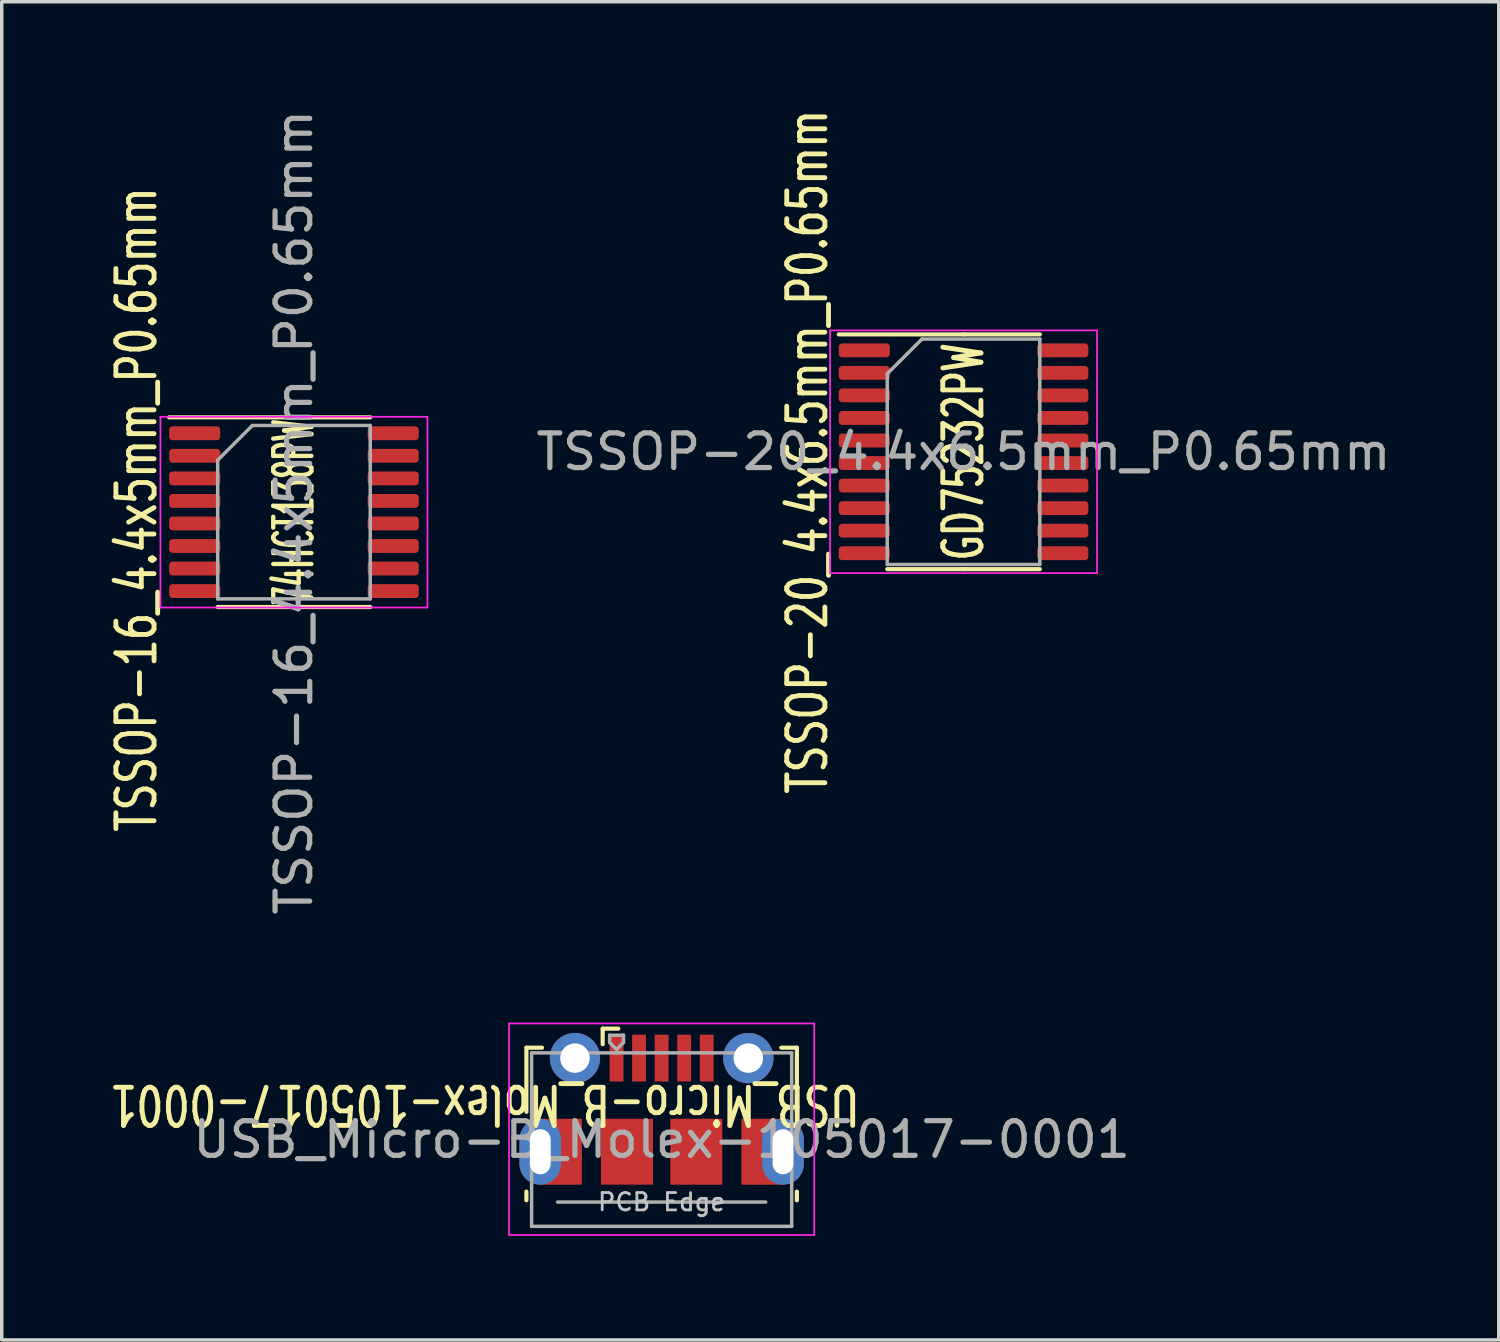
<source format=kicad_pcb>
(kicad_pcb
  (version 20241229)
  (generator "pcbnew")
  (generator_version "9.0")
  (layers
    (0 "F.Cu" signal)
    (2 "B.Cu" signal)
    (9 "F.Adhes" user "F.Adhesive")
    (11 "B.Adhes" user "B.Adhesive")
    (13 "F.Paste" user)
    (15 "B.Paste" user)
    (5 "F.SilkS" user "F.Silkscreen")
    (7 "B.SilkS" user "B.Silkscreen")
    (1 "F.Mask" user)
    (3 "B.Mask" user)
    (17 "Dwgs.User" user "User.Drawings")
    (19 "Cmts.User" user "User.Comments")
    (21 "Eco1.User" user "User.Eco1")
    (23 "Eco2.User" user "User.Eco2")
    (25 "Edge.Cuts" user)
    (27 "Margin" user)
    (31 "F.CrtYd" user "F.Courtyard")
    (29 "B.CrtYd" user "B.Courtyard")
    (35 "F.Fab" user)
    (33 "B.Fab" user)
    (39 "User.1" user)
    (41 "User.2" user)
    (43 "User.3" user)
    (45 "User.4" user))
  (footprint "TSSOP-20_4.4x6.5mm_P0.65mm"
    (layer "F.Cu")
    (at 24.736 9.978)
    (property "Reference" "TSSOP-20_4.4x6.5mm_P0.65mm" (at -4.5 0 90) (unlocked yes) (layer "F.SilkS") (effects (font (size 1.1 0.8) (thickness 0.14))))
    (property "Value" "GD75232PW" (at 0 1.8 180) (layer "F.Fab") (hide yes) (effects (font (size 1 1) (thickness 0.15))))
    (attr smd)
    (fp_line (start 0 -3.385) (end -3.6 -3.385) (stroke (width 0.12) (type solid)) (layer "F.SilkS"))
    (fp_line (start 0 -3.385) (end 2.2 -3.385) (stroke (width 0.12) (type solid)) (layer "F.SilkS"))
    (fp_line (start 0 3.385) (end -2.2 3.385) (stroke (width 0.12) (type solid)) (layer "F.SilkS"))
    (fp_line (start 0 3.385) (end 2.2 3.385) (stroke (width 0.12) (type solid)) (layer "F.SilkS"))
    (fp_line (start -3.85 -3.5) (end -3.85 3.5) (stroke (width 0.05) (type solid)) (layer "F.CrtYd"))
    (fp_line (start -3.85 3.5) (end 3.85 3.5) (stroke (width 0.05) (type solid)) (layer "F.CrtYd"))
    (fp_line (start 3.85 -3.5) (end -3.85 -3.5) (stroke (width 0.05) (type solid)) (layer "F.CrtYd"))
    (fp_line (start 3.85 3.5) (end 3.85 -3.5) (stroke (width 0.05) (type solid)) (layer "F.CrtYd"))
    (fp_line (start -2.2 -2.25) (end -1.2 -3.25) (stroke (width 0.1) (type solid)) (layer "F.Fab"))
    (fp_line (start -2.2 3.25) (end -2.2 -2.25) (stroke (width 0.1) (type solid)) (layer "F.Fab"))
    (fp_line (start -1.2 -3.25) (end 2.2 -3.25) (stroke (width 0.1) (type solid)) (layer "F.Fab"))
    (fp_line (start 2.2 -3.25) (end 2.2 3.25) (stroke (width 0.1) (type solid)) (layer "F.Fab"))
    (fp_line (start 2.2 3.25) (end -2.2 3.25) (stroke (width 0.1) (type solid)) (layer "F.Fab"))
    (fp_text user "${VALUE}" (at 0 0 90) (unlocked yes) (layer "F.SilkS") (effects (font (size 1.1 0.7) (thickness 0.14))))
    (fp_text user "${REFERENCE}" (at 0 0 0) (layer "F.Fab") (effects (font (size 1 1) (thickness 0.15))))
    (pad "1" smd roundrect (at -2.862 -2.925) (size 1.475 0.4) (layers "F.Cu" "F.Mask" "F.Paste") (roundrect_rratio 0.25))
    (pad "2" smd roundrect (at -2.862 -2.275) (size 1.475 0.4) (layers "F.Cu" "F.Mask" "F.Paste") (roundrect_rratio 0.25))
    (pad "3" smd roundrect (at -2.862 -1.625) (size 1.475 0.4) (layers "F.Cu" "F.Mask" "F.Paste") (roundrect_rratio 0.25))
    (pad "4" smd roundrect (at -2.862 -0.975) (size 1.475 0.4) (layers "F.Cu" "F.Mask" "F.Paste") (roundrect_rratio 0.25))
    (pad "5" smd roundrect (at -2.862 -0.325) (size 1.475 0.4) (layers "F.Cu" "F.Mask" "F.Paste") (roundrect_rratio 0.25))
    (pad "6" smd roundrect (at -2.862 0.325) (size 1.475 0.4) (layers "F.Cu" "F.Mask" "F.Paste") (roundrect_rratio 0.25))
    (pad "7" smd roundrect (at -2.862 0.975) (size 1.475 0.4) (layers "F.Cu" "F.Mask" "F.Paste") (roundrect_rratio 0.25))
    (pad "8" smd roundrect (at -2.862 1.625) (size 1.475 0.4) (layers "F.Cu" "F.Mask" "F.Paste") (roundrect_rratio 0.25))
    (pad "9" smd roundrect (at -2.862 2.275) (size 1.475 0.4) (layers "F.Cu" "F.Mask" "F.Paste") (roundrect_rratio 0.25))
    (pad "10" smd roundrect (at -2.862 2.925) (size 1.475 0.4) (layers "F.Cu" "F.Mask" "F.Paste") (roundrect_rratio 0.25))
    (pad "11" smd roundrect (at 2.862 2.925) (size 1.475 0.4) (layers "F.Cu" "F.Mask" "F.Paste") (roundrect_rratio 0.25))
    (pad "12" smd roundrect (at 2.862 2.275) (size 1.475 0.4) (layers "F.Cu" "F.Mask" "F.Paste") (roundrect_rratio 0.25))
    (pad "13" smd roundrect (at 2.862 1.625) (size 1.475 0.4) (layers "F.Cu" "F.Mask" "F.Paste") (roundrect_rratio 0.25))
    (pad "14" smd roundrect (at 2.862 0.975) (size 1.475 0.4) (layers "F.Cu" "F.Mask" "F.Paste") (roundrect_rratio 0.25))
    (pad "15" smd roundrect (at 2.862 0.325) (size 1.475 0.4) (layers "F.Cu" "F.Mask" "F.Paste") (roundrect_rratio 0.25))
    (pad "16" smd roundrect (at 2.862 -0.325) (size 1.475 0.4) (layers "F.Cu" "F.Mask" "F.Paste") (roundrect_rratio 0.25))
    (pad "17" smd roundrect (at 2.862 -0.975) (size 1.475 0.4) (layers "F.Cu" "F.Mask" "F.Paste") (roundrect_rratio 0.25))
    (pad "18" smd roundrect (at 2.862 -1.625) (size 1.475 0.4) (layers "F.Cu" "F.Mask" "F.Paste") (roundrect_rratio 0.25))
    (pad "19" smd roundrect (at 2.862 -2.275) (size 1.475 0.4) (layers "F.Cu" "F.Mask" "F.Paste") (roundrect_rratio 0.25))
    (pad "20" smd roundrect (at 2.862 -2.925) (size 1.475 0.4) (layers "F.Cu" "F.Mask" "F.Paste") (roundrect_rratio 0.25)))
  (footprint "USB_Micro-B_Molex-105017-0001"
    (layer "F.Cu")
    (at 16.03 28.925)
    (property "Reference" "USB_Micro-B_Molex-105017-0001" (at -5.1 -0.12 180) (unlocked yes) (layer "F.SilkS") (effects (font (size 1.1 0.8) (thickness 0.14))))
    (attr smd)
    (fp_line (start -3.9 -1.762) (end -3.45 -1.762) (stroke (width 0.12) (type solid)) (layer "F.SilkS"))
    (fp_line (start -3.9 0.087) (end -3.9 -1.762) (stroke (width 0.12) (type solid)) (layer "F.SilkS"))
    (fp_line (start -3.9 2.638) (end -3.9 2.388) (stroke (width 0.12) (type solid)) (layer "F.SilkS"))
    (fp_line (start -1.7 -2.312) (end -1.7 -1.863) (stroke (width 0.12) (type solid)) (layer "F.SilkS"))
    (fp_line (start -1.7 -2.312) (end -1.25 -2.312) (stroke (width 0.12) (type solid)) (layer "F.SilkS"))
    (fp_line (start 3.9 -1.762) (end 3.45 -1.762) (stroke (width 0.12) (type solid)) (layer "F.SilkS"))
    (fp_line (start 3.9 0.087) (end 3.9 -1.762) (stroke (width 0.12) (type solid)) (layer "F.SilkS"))
    (fp_line (start 3.9 2.638) (end 3.9 2.388) (stroke (width 0.12) (type solid)) (layer "F.SilkS"))
    (fp_line (start -4.4 -2.46) (end 4.4 -2.46) (stroke (width 0.05) (type solid)) (layer "F.CrtYd"))
    (fp_line (start -4.4 3.64) (end -4.4 -2.46) (stroke (width 0.05) (type solid)) (layer "F.CrtYd"))
    (fp_line (start -4.4 3.64) (end 4.4 3.64) (stroke (width 0.05) (type solid)) (layer "F.CrtYd"))
    (fp_line (start 4.4 -2.46) (end 4.4 3.64) (stroke (width 0.05) (type solid)) (layer "F.CrtYd"))
    (fp_line (start -3.75 -1.613) (end 3.75 -1.613) (stroke (width 0.1) (type solid)) (layer "F.Fab"))
    (fp_line (start -3.75 3.388) (end -3.75 -1.613) (stroke (width 0.1) (type solid)) (layer "F.Fab"))
    (fp_line (start -3.75 3.389) (end 3.75 3.389) (stroke (width 0.1) (type solid)) (layer "F.Fab"))
    (fp_line (start -3 2.689) (end 3 2.689) (stroke (width 0.1) (type solid)) (layer "F.Fab"))
    (fp_line (start -1.5 -2.123) (end -1.5 -1.913) (stroke (width 0.1) (type solid)) (layer "F.Fab"))
    (fp_line (start -1.5 -2.123) (end -1.1 -2.123) (stroke (width 0.1) (type solid)) (layer "F.Fab"))
    (fp_line (start -1.3 -1.712) (end -1.5 -1.913) (stroke (width 0.1) (type solid)) (layer "F.Fab"))
    (fp_line (start -1.1 -2.123) (end -1.1 -1.913) (stroke (width 0.1) (type solid)) (layer "F.Fab"))
    (fp_line (start -1.1 -1.913) (end -1.3 -1.712) (stroke (width 0.1) (type solid)) (layer "F.Fab"))
    (fp_line (start 3.75 3.388) (end 3.75 -1.613) (stroke (width 0.1) (type solid)) (layer "F.Fab"))
    (fp_text user "PCB Edge" (at 0 2.688 180) (layer "Dwgs.User") (effects (font (size 0.5 0.5) (thickness 0.08))))
    (fp_text user "${REFERENCE}" (at 0 0.887 180) (layer "F.Fab") (effects (font (size 1 1) (thickness 0.15))))
    (pad "1" smd rect (at -1.3 -1.462) (size 0.4 1.35) (layers "F.Cu" "F.Mask" "F.Paste"))
    (pad "2" smd rect (at -0.65 -1.462) (size 0.4 1.35) (layers "F.Cu" "F.Mask" "F.Paste"))
    (pad "3" smd rect (at 0 -1.462) (size 0.4 1.35) (layers "F.Cu" "F.Mask" "F.Paste"))
    (pad "4" smd rect (at 0.65 -1.462) (size 0.4 1.35) (layers "F.Cu" "F.Mask" "F.Paste"))
    (pad "5" smd rect (at 1.3 -1.462) (size 0.4 1.35) (layers "F.Cu" "F.Mask" "F.Paste"))
    (pad "6" thru_hole oval (at -3.5 1.238 180) (size 1.2 1.9) (drill oval 0.6 1.3) (layers "*.Cu" "*.Mask"))
    (pad "6" smd rect (at -2.9 1.238) (size 1.2 1.9) (layers "F.Cu" "F.Mask"))
    (pad "6" thru_hole circle (at -2.5 -1.462) (size 1.45 1.45) (drill 0.85) (layers "*.Cu" "*.Mask"))
    (pad "6" smd rect (at -1 1.238) (size 1.5 1.9) (layers "F.Cu" "F.Mask" "F.Paste"))
    (pad "6" smd rect (at 1 1.238) (size 1.5 1.9) (layers "F.Cu" "F.Mask" "F.Paste"))
    (pad "6" thru_hole circle (at 2.5 -1.462) (size 1.45 1.45) (drill 0.85) (layers "*.Cu" "*.Mask"))
    (pad "6" smd rect (at 2.9 1.238) (size 1.2 1.9) (layers "F.Cu" "F.Mask"))
    (pad "6" thru_hole oval (at 3.5 1.238) (size 1.2 1.9) (drill oval 0.6 1.3) (layers "*.Cu" "*.Mask")))
  (footprint "TSSOP-16_4.4x5mm_P0.65mm"
    (layer "F.Cu")
    (at 5.427 11.72)
    (property "Reference" "TSSOP-16_4.4x5mm_P0.65mm" (at -4.537 -0.075 90) (unlocked yes) (layer "F.SilkS") (effects (font (size 1.1 0.8) (thickness 0.14))))
    (property "Value" "74HCT138PW" (at -3.337 -0.075 270) (layer "F.Fab") (hide yes) (effects (font (size 1 1) (thickness 0.15))))
    (attr smd)
    (fp_line (start 0 -2.735) (end -3.6 -2.735) (stroke (width 0.12) (type solid)) (layer "F.SilkS"))
    (fp_line (start 0 -2.735) (end 2.2 -2.735) (stroke (width 0.12) (type solid)) (layer "F.SilkS"))
    (fp_line (start 0 2.735) (end -2.2 2.735) (stroke (width 0.12) (type solid)) (layer "F.SilkS"))
    (fp_line (start 0 2.735) (end 2.2 2.735) (stroke (width 0.12) (type solid)) (layer "F.SilkS"))
    (fp_line (start -3.85 -2.75) (end -3.85 2.75) (stroke (width 0.05) (type solid)) (layer "F.CrtYd"))
    (fp_line (start -3.85 2.75) (end 3.85 2.75) (stroke (width 0.05) (type solid)) (layer "F.CrtYd"))
    (fp_line (start 3.85 -2.75) (end -3.85 -2.75) (stroke (width 0.05) (type solid)) (layer "F.CrtYd"))
    (fp_line (start 3.85 2.75) (end 3.85 -2.75) (stroke (width 0.05) (type solid)) (layer "F.CrtYd"))
    (fp_line (start -2.2 -1.5) (end -1.2 -2.5) (stroke (width 0.1) (type solid)) (layer "F.Fab"))
    (fp_line (start -2.2 2.5) (end -2.2 -1.5) (stroke (width 0.1) (type solid)) (layer "F.Fab"))
    (fp_line (start -1.2 -2.5) (end 2.2 -2.5) (stroke (width 0.1) (type solid)) (layer "F.Fab"))
    (fp_line (start 2.2 -2.5) (end 2.2 2.5) (stroke (width 0.1) (type solid)) (layer "F.Fab"))
    (fp_line (start 2.2 2.5) (end -2.2 2.5) (stroke (width 0.1) (type solid)) (layer "F.Fab"))
    (fp_text user "${VALUE}" (at 0 0 90) (unlocked yes) (layer "F.SilkS") (effects (font (size 1.1 0.55) (thickness 0.125))))
    (fp_text user "${REFERENCE}" (at 0 0 270) (layer "F.Fab") (effects (font (size 1 1) (thickness 0.15))))
    (pad "1" smd roundrect (at -2.862 -2.275) (size 1.475 0.4) (layers "F.Cu" "F.Mask" "F.Paste") (roundrect_rratio 0.25))
    (pad "2" smd roundrect (at -2.862 -1.625) (size 1.475 0.4) (layers "F.Cu" "F.Mask" "F.Paste") (roundrect_rratio 0.25))
    (pad "3" smd roundrect (at -2.862 -0.975) (size 1.475 0.4) (layers "F.Cu" "F.Mask" "F.Paste") (roundrect_rratio 0.25))
    (pad "4" smd roundrect (at -2.862 -0.325) (size 1.475 0.4) (layers "F.Cu" "F.Mask" "F.Paste") (roundrect_rratio 0.25))
    (pad "5" smd roundrect (at -2.862 0.325) (size 1.475 0.4) (layers "F.Cu" "F.Mask" "F.Paste") (roundrect_rratio 0.25))
    (pad "6" smd roundrect (at -2.862 0.975) (size 1.475 0.4) (layers "F.Cu" "F.Mask" "F.Paste") (roundrect_rratio 0.25))
    (pad "7" smd roundrect (at -2.862 1.625) (size 1.475 0.4) (layers "F.Cu" "F.Mask" "F.Paste") (roundrect_rratio 0.25))
    (pad "8" smd roundrect (at -2.862 2.275) (size 1.475 0.4) (layers "F.Cu" "F.Mask" "F.Paste") (roundrect_rratio 0.25))
    (pad "9" smd roundrect (at 2.862 2.275) (size 1.475 0.4) (layers "F.Cu" "F.Mask" "F.Paste") (roundrect_rratio 0.25))
    (pad "10" smd roundrect (at 2.862 1.625) (size 1.475 0.4) (layers "F.Cu" "F.Mask" "F.Paste") (roundrect_rratio 0.25))
    (pad "11" smd roundrect (at 2.862 0.975) (size 1.475 0.4) (layers "F.Cu" "F.Mask" "F.Paste") (roundrect_rratio 0.25))
    (pad "12" smd roundrect (at 2.862 0.325) (size 1.475 0.4) (layers "F.Cu" "F.Mask" "F.Paste") (roundrect_rratio 0.25))
    (pad "13" smd roundrect (at 2.862 -0.325) (size 1.475 0.4) (layers "F.Cu" "F.Mask" "F.Paste") (roundrect_rratio 0.25))
    (pad "14" smd roundrect (at 2.862 -0.975) (size 1.475 0.4) (layers "F.Cu" "F.Mask" "F.Paste") (roundrect_rratio 0.25))
    (pad "15" smd roundrect (at 2.862 -1.625) (size 1.475 0.4) (layers "F.Cu" "F.Mask" "F.Paste") (roundrect_rratio 0.25))
    (pad "16" smd roundrect (at 2.862 -2.275) (size 1.475 0.4) (layers "F.Cu" "F.Mask" "F.Paste") (roundrect_rratio 0.25)))
  (gr_rect
    (start -3 -3)
    (end 40.171 35.59)
    (stroke (width 0.1) (type default))
    (fill no)
    (layer "Edge.Cuts")))
</source>
